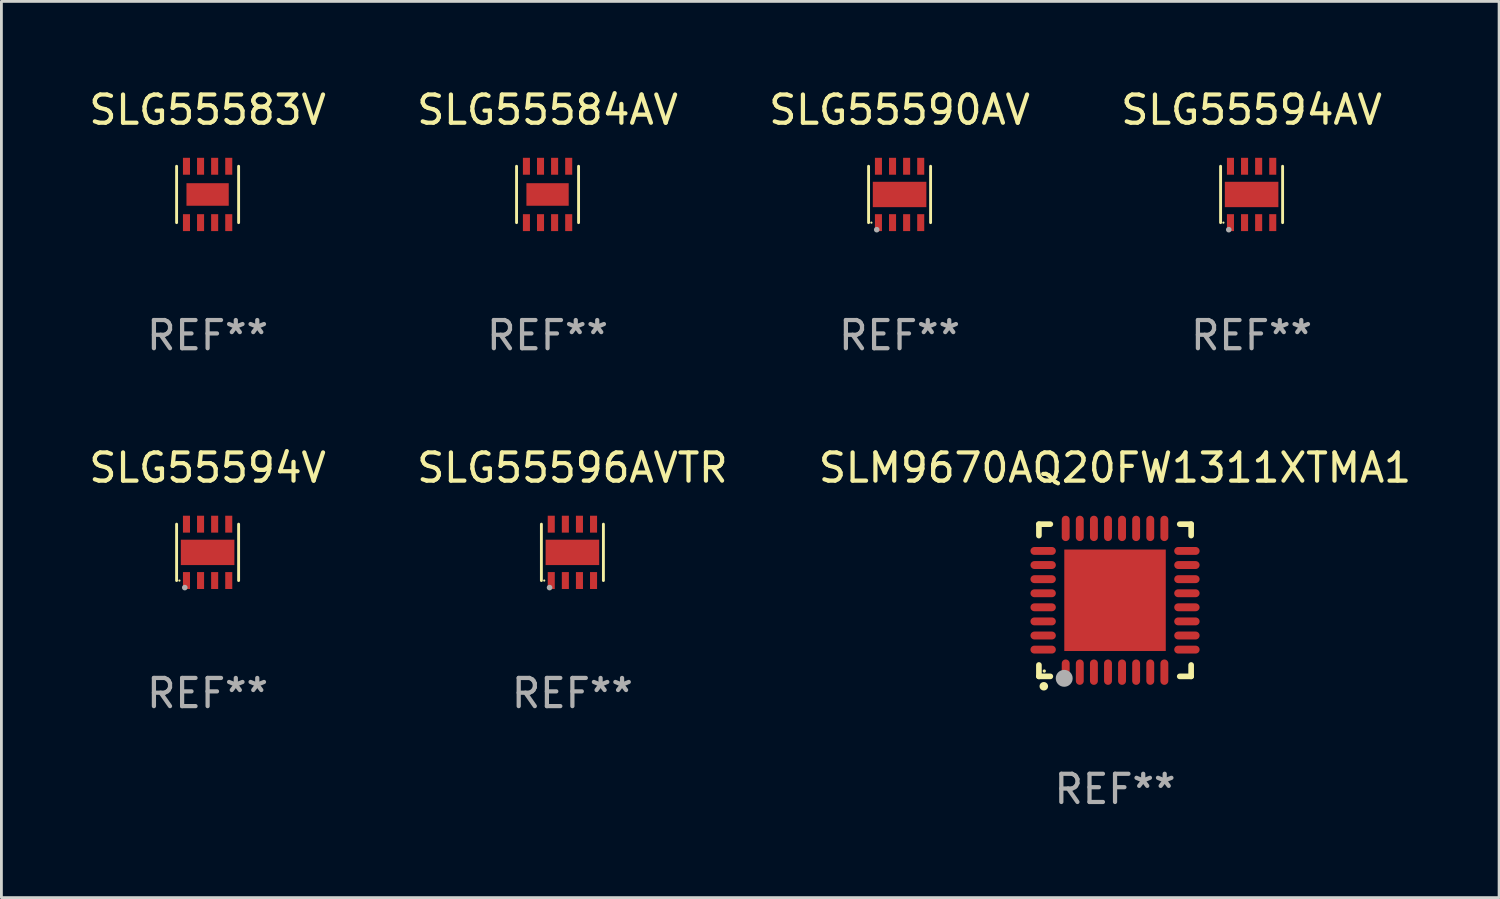
<source format=kicad_pcb>
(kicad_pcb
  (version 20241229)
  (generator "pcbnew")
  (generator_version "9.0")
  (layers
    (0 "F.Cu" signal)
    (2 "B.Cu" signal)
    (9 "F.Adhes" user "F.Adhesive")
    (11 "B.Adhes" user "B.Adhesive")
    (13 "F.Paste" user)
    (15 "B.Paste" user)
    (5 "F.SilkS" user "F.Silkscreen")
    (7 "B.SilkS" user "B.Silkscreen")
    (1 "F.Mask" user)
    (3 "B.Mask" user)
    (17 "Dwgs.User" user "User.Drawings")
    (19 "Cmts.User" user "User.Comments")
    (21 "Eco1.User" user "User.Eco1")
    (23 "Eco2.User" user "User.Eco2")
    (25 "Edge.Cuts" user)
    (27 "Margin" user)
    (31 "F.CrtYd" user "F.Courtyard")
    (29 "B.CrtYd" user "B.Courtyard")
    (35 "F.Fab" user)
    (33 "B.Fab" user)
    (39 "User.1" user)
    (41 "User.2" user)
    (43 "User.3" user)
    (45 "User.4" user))
  (footprint "SLG55584AV"
    (layer "F.Cu")
    (at 16.375 3.848)
    (property "Reference" "SLG55584AV" (at 0 -3 0) (layer "F.SilkS") (effects (font (size 1 1) (thickness 0.15))))
    (attr through_hole)
    (fp_line (start -1.1 1) (end -1.1 -1) (stroke (width 0.102) (type solid)) (layer "F.SilkS"))
    (fp_line (start 1.1 1) (end 1.1 -1) (stroke (width 0.102) (type solid)) (layer "F.SilkS"))
    (fp_text user "REF**" (at 0 5 0) (layer "F.Fab") (effects (font (size 1 1) (thickness 0.15))))
    (pad "1" smd rect (at -0.75 1 90) (size 0.6 0.25) (layers "F.Cu" "F.Mask" "F.Paste"))
    (pad "2" smd rect (at -0.25 1 90) (size 0.6 0.25) (layers "F.Cu" "F.Mask" "F.Paste"))
    (pad "3" smd rect (at 0.25 1 90) (size 0.6 0.25) (layers "F.Cu" "F.Mask" "F.Paste"))
    (pad "4" smd rect (at 0.75 1 90) (size 0.6 0.25) (layers "F.Cu" "F.Mask" "F.Paste"))
    (pad "5" smd rect (at 0.75 -1 90) (size 0.6 0.25) (layers "F.Cu" "F.Mask" "F.Paste"))
    (pad "6" smd rect (at 0.25 -1 90) (size 0.6 0.25) (layers "F.Cu" "F.Mask" "F.Paste"))
    (pad "7" smd rect (at -0.25 -1 90) (size 0.6 0.25) (layers "F.Cu" "F.Mask" "F.Paste"))
    (pad "8" smd rect (at -0.75 -1 90) (size 0.6 0.25) (layers "F.Cu" "F.Mask" "F.Paste"))
    (pad "9" smd rect (at -0.000127 0.001 180) (size 1.5 0.8) (layers "F.Cu" "F.Mask" "F.Paste")))
  (footprint "SLG55594V"
    (layer "F.Cu")
    (at 4.315 16.545)
    (property "Reference" "SLG55594V" (at 0 -3 0) (layer "F.SilkS") (effects (font (size 1 1) (thickness 0.15))))
    (attr through_hole)
    (fp_line (start -1.1 1) (end -1.1 -1) (stroke (width 0.102) (type solid)) (layer "F.SilkS"))
    (fp_line (start 1.1 1) (end 1.1 -1) (stroke (width 0.102) (type solid)) (layer "F.SilkS"))
    (fp_circle (center -1 1) (end -0.98 1) (stroke (width 0.04) (type solid)) (fill no) (layer "F.SilkS"))
    (fp_circle (center -0.81 1.25) (end -0.76 1.25) (stroke (width 0.1) (type solid)) (fill no) (layer "F.Fab"))
    (fp_text user "REF**" (at 0 5 0) (layer "F.Fab") (effects (font (size 1 1) (thickness 0.15))))
    (pad "1" smd rect (at -0.75 1 90) (size 0.6 0.25) (layers "F.Cu" "F.Mask" "F.Paste"))
    (pad "2" smd rect (at -0.25 1 90) (size 0.6 0.25) (layers "F.Cu" "F.Mask" "F.Paste"))
    (pad "3" smd rect (at 0.25 1 90) (size 0.6 0.25) (layers "F.Cu" "F.Mask" "F.Paste"))
    (pad "4" smd rect (at 0.75 1 90) (size 0.6 0.25) (layers "F.Cu" "F.Mask" "F.Paste"))
    (pad "5" smd rect (at 0.75 -1 90) (size 0.6 0.25) (layers "F.Cu" "F.Mask" "F.Paste"))
    (pad "6" smd rect (at 0.25 -1 90) (size 0.6 0.25) (layers "F.Cu" "F.Mask" "F.Paste"))
    (pad "7" smd rect (at -0.25 -1 90) (size 0.6 0.25) (layers "F.Cu" "F.Mask" "F.Paste"))
    (pad "8" smd rect (at -0.75 -1 90) (size 0.6 0.25) (layers "F.Cu" "F.Mask" "F.Paste"))
    (pad "9" smd rect (at -0.000127 0.001 180) (size 1.9 0.9) (layers "F.Cu" "F.Mask" "F.Paste")))
  (footprint "SLG55596AVTR"
    (layer "F.Cu")
    (at 17.256 16.545)
    (property "Reference" "SLG55596AVTR" (at 0 -3 0) (layer "F.SilkS") (effects (font (size 1 1) (thickness 0.15))))
    (attr through_hole)
    (fp_line (start -1.1 1) (end -1.1 -1) (stroke (width 0.102) (type solid)) (layer "F.SilkS"))
    (fp_line (start 1.1 1) (end 1.1 -1) (stroke (width 0.102) (type solid)) (layer "F.SilkS"))
    (fp_circle (center -1 1) (end -0.98 1) (stroke (width 0.04) (type solid)) (fill no) (layer "F.SilkS"))
    (fp_circle (center -0.81 1.25) (end -0.76 1.25) (stroke (width 0.1) (type solid)) (fill no) (layer "F.Fab"))
    (fp_text user "REF**" (at 0 5 0) (layer "F.Fab") (effects (font (size 1 1) (thickness 0.15))))
    (pad "1" smd rect (at -0.75 1 90) (size 0.6 0.25) (layers "F.Cu" "F.Mask" "F.Paste"))
    (pad "2" smd rect (at -0.25 1 90) (size 0.6 0.25) (layers "F.Cu" "F.Mask" "F.Paste"))
    (pad "3" smd rect (at 0.25 1 90) (size 0.6 0.25) (layers "F.Cu" "F.Mask" "F.Paste"))
    (pad "4" smd rect (at 0.75 1 90) (size 0.6 0.25) (layers "F.Cu" "F.Mask" "F.Paste"))
    (pad "5" smd rect (at 0.75 -1 90) (size 0.6 0.25) (layers "F.Cu" "F.Mask" "F.Paste"))
    (pad "6" smd rect (at 0.25 -1 90) (size 0.6 0.25) (layers "F.Cu" "F.Mask" "F.Paste"))
    (pad "7" smd rect (at -0.25 -1 90) (size 0.6 0.25) (layers "F.Cu" "F.Mask" "F.Paste"))
    (pad "8" smd rect (at -0.75 -1 90) (size 0.6 0.25) (layers "F.Cu" "F.Mask" "F.Paste"))
    (pad "9" smd rect (at -0.000127 0.001 180) (size 1.9 0.9) (layers "F.Cu" "F.Mask" "F.Paste")))
  (footprint "SLG55594AV"
    (layer "F.Cu")
    (at 41.351 3.848)
    (property "Reference" "SLG55594AV" (at 0 -3 0) (layer "F.SilkS") (effects (font (size 1 1) (thickness 0.15))))
    (attr through_hole)
    (fp_line (start -1.1 1) (end -1.1 -1) (stroke (width 0.102) (type solid)) (layer "F.SilkS"))
    (fp_line (start 1.1 1) (end 1.1 -1) (stroke (width 0.102) (type solid)) (layer "F.SilkS"))
    (fp_circle (center -1 1) (end -0.98 1) (stroke (width 0.04) (type solid)) (fill no) (layer "F.SilkS"))
    (fp_circle (center -0.81 1.25) (end -0.76 1.25) (stroke (width 0.1) (type solid)) (fill no) (layer "F.Fab"))
    (fp_text user "REF**" (at 0 5 0) (layer "F.Fab") (effects (font (size 1 1) (thickness 0.15))))
    (pad "1" smd rect (at -0.75 1 90) (size 0.6 0.25) (layers "F.Cu" "F.Mask" "F.Paste"))
    (pad "2" smd rect (at -0.25 1 90) (size 0.6 0.25) (layers "F.Cu" "F.Mask" "F.Paste"))
    (pad "3" smd rect (at 0.25 1 90) (size 0.6 0.25) (layers "F.Cu" "F.Mask" "F.Paste"))
    (pad "4" smd rect (at 0.75 1 90) (size 0.6 0.25) (layers "F.Cu" "F.Mask" "F.Paste"))
    (pad "5" smd rect (at 0.75 -1 90) (size 0.6 0.25) (layers "F.Cu" "F.Mask" "F.Paste"))
    (pad "6" smd rect (at 0.25 -1 90) (size 0.6 0.25) (layers "F.Cu" "F.Mask" "F.Paste"))
    (pad "7" smd rect (at -0.25 -1 90) (size 0.6 0.25) (layers "F.Cu" "F.Mask" "F.Paste"))
    (pad "8" smd rect (at -0.75 -1 90) (size 0.6 0.25) (layers "F.Cu" "F.Mask" "F.Paste"))
    (pad "9" smd rect (at -0.000127 0.001 180) (size 1.9 0.9) (layers "F.Cu" "F.Mask" "F.Paste")))
  (footprint "SLG55583V"
    (layer "F.Cu")
    (at 4.315 3.848)
    (property "Reference" "SLG55583V" (at 0 -3 0) (layer "F.SilkS") (effects (font (size 1 1) (thickness 0.15))))
    (attr through_hole)
    (fp_line (start -1.1 1) (end -1.1 -1) (stroke (width 0.102) (type solid)) (layer "F.SilkS"))
    (fp_line (start 1.1 1) (end 1.1 -1) (stroke (width 0.102) (type solid)) (layer "F.SilkS"))
    (fp_text user "REF**" (at 0 5 0) (layer "F.Fab") (effects (font (size 1 1) (thickness 0.15))))
    (pad "1" smd rect (at -0.75 1 90) (size 0.6 0.25) (layers "F.Cu" "F.Mask" "F.Paste"))
    (pad "2" smd rect (at -0.25 1 90) (size 0.6 0.25) (layers "F.Cu" "F.Mask" "F.Paste"))
    (pad "3" smd rect (at 0.25 1 90) (size 0.6 0.25) (layers "F.Cu" "F.Mask" "F.Paste"))
    (pad "4" smd rect (at 0.75 1 90) (size 0.6 0.25) (layers "F.Cu" "F.Mask" "F.Paste"))
    (pad "5" smd rect (at 0.75 -1 90) (size 0.6 0.25) (layers "F.Cu" "F.Mask" "F.Paste"))
    (pad "6" smd rect (at 0.25 -1 90) (size 0.6 0.25) (layers "F.Cu" "F.Mask" "F.Paste"))
    (pad "7" smd rect (at -0.25 -1 90) (size 0.6 0.25) (layers "F.Cu" "F.Mask" "F.Paste"))
    (pad "8" smd rect (at -0.75 -1 90) (size 0.6 0.25) (layers "F.Cu" "F.Mask" "F.Paste"))
    (pad "9" smd rect (at -0.000127 0.001 180) (size 1.5 0.8) (layers "F.Cu" "F.Mask" "F.Paste")))
  (footprint "SLG55590AV"
    (layer "F.Cu")
    (at 28.863 3.848)
    (property "Reference" "SLG55590AV" (at 0 -3 0) (layer "F.SilkS") (effects (font (size 1 1) (thickness 0.15))))
    (attr through_hole)
    (fp_line (start -1.1 1) (end -1.1 -1) (stroke (width 0.102) (type solid)) (layer "F.SilkS"))
    (fp_line (start 1.1 1) (end 1.1 -1) (stroke (width 0.102) (type solid)) (layer "F.SilkS"))
    (fp_circle (center -1 1) (end -0.98 1) (stroke (width 0.04) (type solid)) (fill no) (layer "F.SilkS"))
    (fp_circle (center -0.81 1.25) (end -0.76 1.25) (stroke (width 0.1) (type solid)) (fill no) (layer "F.Fab"))
    (fp_text user "REF**" (at 0 5 0) (layer "F.Fab") (effects (font (size 1 1) (thickness 0.15))))
    (pad "1" smd rect (at -0.75 1 90) (size 0.6 0.25) (layers "F.Cu" "F.Mask" "F.Paste"))
    (pad "2" smd rect (at -0.25 1 90) (size 0.6 0.25) (layers "F.Cu" "F.Mask" "F.Paste"))
    (pad "3" smd rect (at 0.25 1 90) (size 0.6 0.25) (layers "F.Cu" "F.Mask" "F.Paste"))
    (pad "4" smd rect (at 0.75 1 90) (size 0.6 0.25) (layers "F.Cu" "F.Mask" "F.Paste"))
    (pad "5" smd rect (at 0.75 -1 90) (size 0.6 0.25) (layers "F.Cu" "F.Mask" "F.Paste"))
    (pad "6" smd rect (at 0.25 -1 90) (size 0.6 0.25) (layers "F.Cu" "F.Mask" "F.Paste"))
    (pad "7" smd rect (at -0.25 -1 90) (size 0.6 0.25) (layers "F.Cu" "F.Mask" "F.Paste"))
    (pad "8" smd rect (at -0.75 -1 90) (size 0.6 0.25) (layers "F.Cu" "F.Mask" "F.Paste"))
    (pad "9" smd rect (at -0.000127 0.001 180) (size 1.9 0.9) (layers "F.Cu" "F.Mask" "F.Paste")))
  (footprint "SLM9670AQ20FW1311XTMA1"
    (layer "F.Cu")
    (at 36.506 18.245)
    (property "Reference" "SLM9670AQ20FW1311XTMA1" (at 0 -4.7 0) (layer "F.SilkS") (effects (font (size 1 1) (thickness 0.15))))
    (attr through_hole)
    (fp_line (start -2.7 -2.7) (end -2.295 -2.7) (stroke (width 0.2) (type solid)) (layer "F.SilkS"))
    (fp_line (start -2.7 -2.295) (end -2.7 -2.7) (stroke (width 0.2) (type solid)) (layer "F.SilkS"))
    (fp_line (start -2.7 2.7) (end -2.7 2.295) (stroke (width 0.2) (type solid)) (layer "F.SilkS"))
    (fp_line (start -2.295 2.7) (end -2.7 2.7) (stroke (width 0.2) (type solid)) (layer "F.SilkS"))
    (fp_line (start 2.295 2.7) (end 2.7 2.7) (stroke (width 0.2) (type solid)) (layer "F.SilkS"))
    (fp_line (start 2.7 -2.7) (end 2.295 -2.7) (stroke (width 0.2) (type solid)) (layer "F.SilkS"))
    (fp_line (start 2.7 -2.295) (end 2.7 -2.7) (stroke (width 0.2) (type solid)) (layer "F.SilkS"))
    (fp_line (start 2.7 2.7) (end 2.7 2.295) (stroke (width 0.2) (type solid)) (layer "F.SilkS"))
    (fp_arc (start -2.527889 3.050546) (mid -2.526619 3.050541) (end -2.525349 3.050546) (stroke (width 0.3) (type solid)) (layer "F.SilkS"))
    (fp_circle (center -2.51 2.51) (end -2.48 2.51) (stroke (width 0.06) (type solid)) (fill no) (layer "F.SilkS"))
    (fp_circle (center -1.803 2.769) (end -1.653 2.769) (stroke (width 0.3) (type solid)) (fill no) (layer "F.Fab"))
    (fp_text user "REF**" (at 0 6.7 0) (layer "F.Fab") (effects (font (size 1 1) (thickness 0.15))))
    (pad "1" smd oval (at -1.75 2.55) (size 0.28 0.9) (layers "F.Cu" "F.Mask" "F.Paste"))
    (pad "2" smd oval (at -1.25 2.55) (size 0.28 0.9) (layers "F.Cu" "F.Mask" "F.Paste"))
    (pad "3" smd oval (at -0.749 2.55) (size 0.28 0.9) (layers "F.Cu" "F.Mask" "F.Paste"))
    (pad "4" smd oval (at -0.249 2.55) (size 0.28 0.9) (layers "F.Cu" "F.Mask" "F.Paste"))
    (pad "5" smd oval (at 0.249 2.55) (size 0.28 0.9) (layers "F.Cu" "F.Mask" "F.Paste"))
    (pad "6" smd oval (at 0.749 2.55) (size 0.28 0.9) (layers "F.Cu" "F.Mask" "F.Paste"))
    (pad "7" smd oval (at 1.25 2.55) (size 0.28 0.9) (layers "F.Cu" "F.Mask" "F.Paste"))
    (pad "8" smd oval (at 1.75 2.55) (size 0.28 0.9) (layers "F.Cu" "F.Mask" "F.Paste"))
    (pad "9" smd oval (at 2.55 1.75) (size 0.9 0.28) (layers "F.Cu" "F.Mask" "F.Paste"))
    (pad "10" smd oval (at 2.55 1.25) (size 0.9 0.28) (layers "F.Cu" "F.Mask" "F.Paste"))
    (pad "11" smd oval (at 2.55 0.749) (size 0.9 0.28) (layers "F.Cu" "F.Mask" "F.Paste"))
    (pad "12" smd oval (at 2.55 0.249) (size 0.9 0.28) (layers "F.Cu" "F.Mask" "F.Paste"))
    (pad "13" smd oval (at 2.55 -0.249) (size 0.9 0.28) (layers "F.Cu" "F.Mask" "F.Paste"))
    (pad "14" smd oval (at 2.55 -0.749) (size 0.9 0.28) (layers "F.Cu" "F.Mask" "F.Paste"))
    (pad "15" smd oval (at 2.55 -1.25) (size 0.9 0.28) (layers "F.Cu" "F.Mask" "F.Paste"))
    (pad "16" smd oval (at 2.55 -1.75) (size 0.9 0.28) (layers "F.Cu" "F.Mask" "F.Paste"))
    (pad "17" smd oval (at 1.75 -2.55) (size 0.28 0.9) (layers "F.Cu" "F.Mask" "F.Paste"))
    (pad "18" smd oval (at 1.25 -2.55) (size 0.28 0.9) (layers "F.Cu" "F.Mask" "F.Paste"))
    (pad "19" smd oval (at 0.749 -2.55) (size 0.28 0.9) (layers "F.Cu" "F.Mask" "F.Paste"))
    (pad "20" smd oval (at 0.249 -2.55) (size 0.28 0.9) (layers "F.Cu" "F.Mask" "F.Paste"))
    (pad "21" smd oval (at -0.249 -2.55) (size 0.28 0.9) (layers "F.Cu" "F.Mask" "F.Paste"))
    (pad "22" smd oval (at -0.749 -2.55) (size 0.28 0.9) (layers "F.Cu" "F.Mask" "F.Paste"))
    (pad "23" smd oval (at -1.25 -2.55) (size 0.28 0.9) (layers "F.Cu" "F.Mask" "F.Paste"))
    (pad "24" smd oval (at -1.75 -2.55) (size 0.28 0.9) (layers "F.Cu" "F.Mask" "F.Paste"))
    (pad "25" smd oval (at -2.55 -1.75) (size 0.9 0.28) (layers "F.Cu" "F.Mask" "F.Paste"))
    (pad "26" smd oval (at -2.55 -1.25) (size 0.9 0.28) (layers "F.Cu" "F.Mask" "F.Paste"))
    (pad "27" smd oval (at -2.55 -0.749) (size 0.9 0.28) (layers "F.Cu" "F.Mask" "F.Paste"))
    (pad "28" smd oval (at -2.55 -0.249) (size 0.9 0.28) (layers "F.Cu" "F.Mask" "F.Paste"))
    (pad "29" smd oval (at -2.55 0.249) (size 0.9 0.28) (layers "F.Cu" "F.Mask" "F.Paste"))
    (pad "30" smd oval (at -2.55 0.749) (size 0.9 0.28) (layers "F.Cu" "F.Mask" "F.Paste"))
    (pad "31" smd oval (at -2.55 1.25) (size 0.9 0.28) (layers "F.Cu" "F.Mask" "F.Paste"))
    (pad "32" smd oval (at -2.55 1.75) (size 0.9 0.28) (layers "F.Cu" "F.Mask" "F.Paste"))
    (pad "33" smd rect (at 0.000203 -0.000102) (size 3.6 3.6) (layers "F.Cu" "F.Mask" "F.Paste")))
  (gr_rect
    (start -3 -3)
    (end 50.131 28.793)
    (stroke (width 0.1) (type default))
    (fill no)
    (layer "Edge.Cuts")))
</source>
